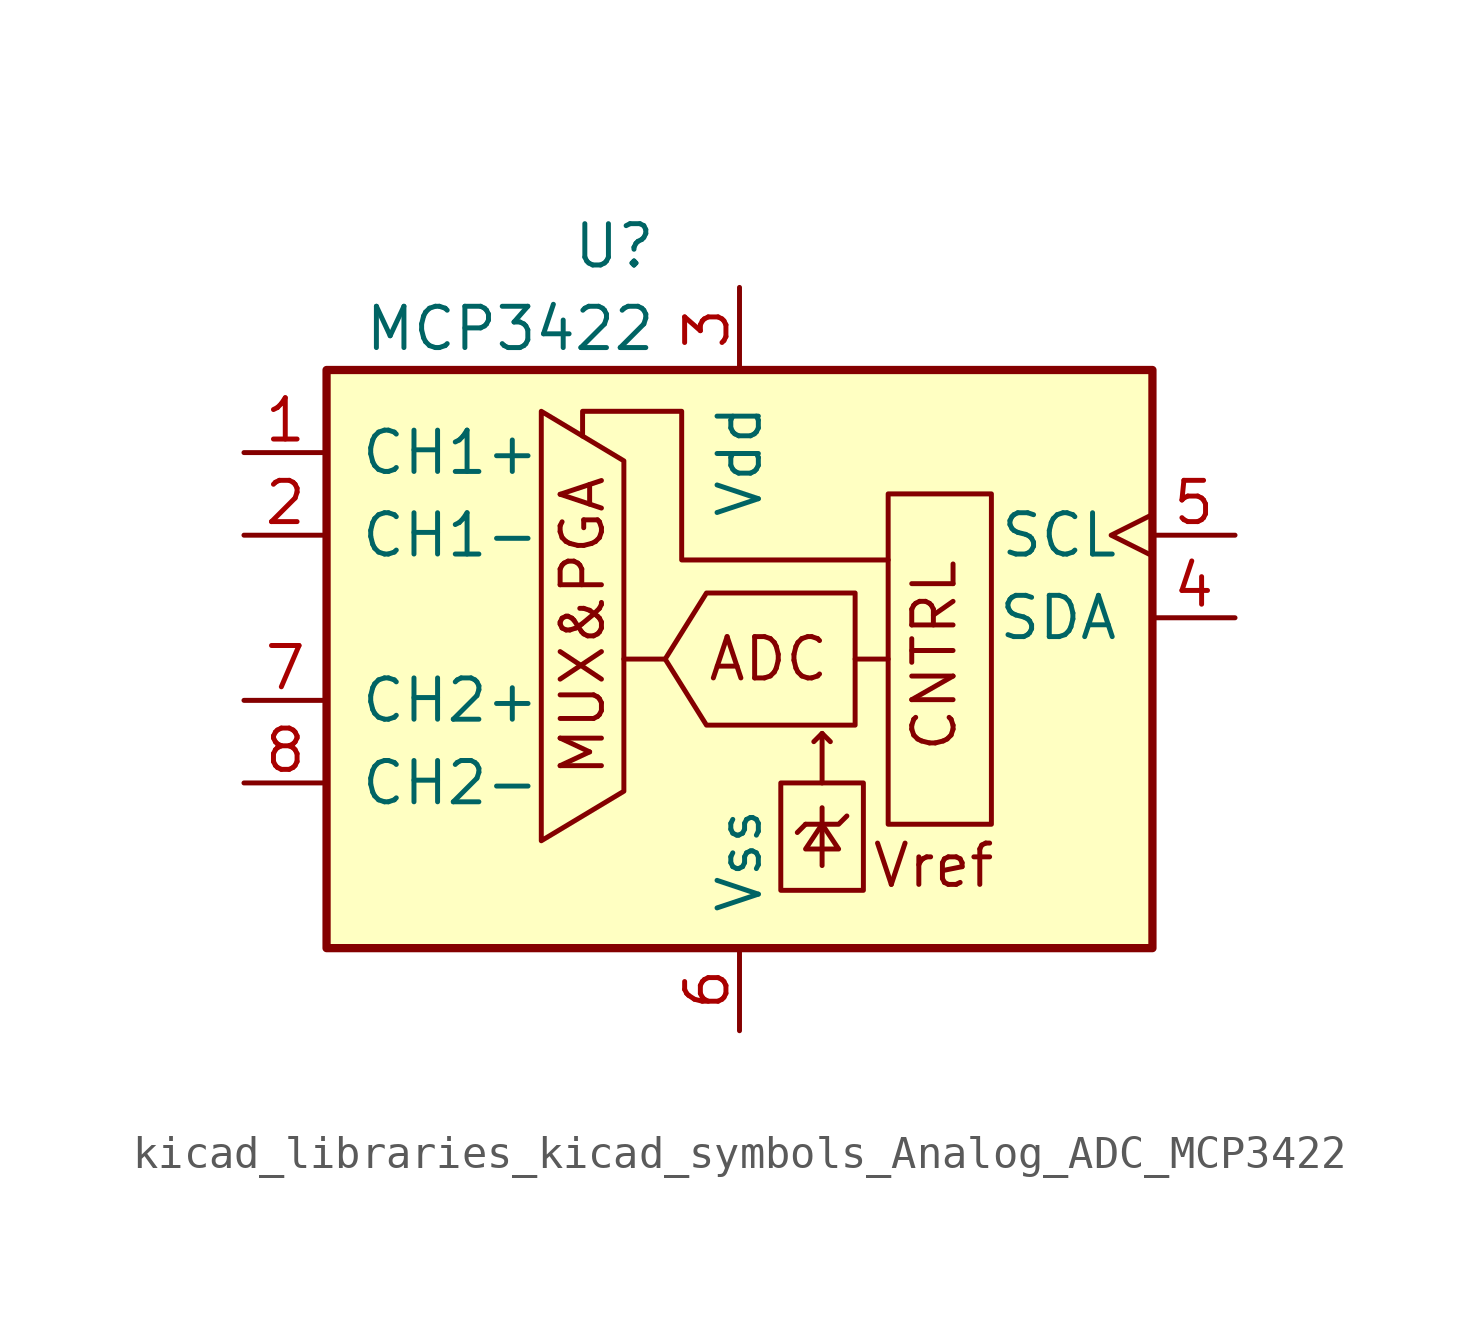
<source format=kicad_sym>
(kicad_symbol_lib
  (version 20220914)
  (generator kicad_symbol_editor)
  (symbol "kicad_libraries_kicad_symbols_Analog_ADC_MCP3422"
    (pin_names
      (offset 1.016))
    (property "Reference" "U"
      (at -2.54 11.43 0)
      (effects (font (size 1.27 1.27)) (justify right)))
    (property "Value" "MCP3422"
      (at -2.54 8.89 0)
      (effects (font (size 1.27 1.27)) (justify right)))
    (symbol "kicad_libraries_kicad_symbols_Analog_ADC_MCP3422_0_0"
      (polyline (pts (xy -6.096 6.35) (xy -3.556 4.826) (xy -3.556 -5.334) (xy -6.096 -6.858) (xy -6.096 6.35)) (stroke (width 0) (type default)) (fill (type none)))
      (polyline (pts (xy 4.572 1.778) (xy -1.778 1.778) (xy -1.778 6.35) (xy -4.826 6.35) (xy -4.826 5.588)) (stroke (width 0) (type default)) (fill (type none)))
      (polyline (pts (xy 3.556 0.762) (xy 3.556 -3.302) (xy -1.016 -3.302) (xy -2.286 -1.27) (xy -1.016 0.762) (xy 3.556 0.762)) (stroke (width 0) (type default)) (fill (type none)))
      (text "ADC" (at 0.889 -1.27 0) (effects (font (size 1.27 1.27))))
      (text "CNTRL" (at 6.731 -4.191 900) (effects (font (size 1.27 1.27)) (justify left bottom)))
      (text "MUX&PGA" (at -4.826 -0.254 900) (effects (font (size 1.27 1.27))))
      (text "Vref" (at 5.969 -7.62 0) (effects (font (size 1.27 1.27)))))
    (symbol "kicad_libraries_kicad_symbols_Analog_ADC_MCP3422_0_1"
      (polyline (pts (xy -3.556 -1.27) (xy -2.286 -1.27)) (stroke (width 0) (type default)) (fill (type none)))
      (polyline (pts (xy 2.032 -6.35) (xy 1.778 -6.604)) (stroke (width 0) (type default)) (fill (type none)))
      (polyline (pts (xy 2.54 -5.842) (xy 2.54 -7.62)) (stroke (width 0) (type default)) (fill (type none)))
      (polyline (pts (xy 2.54 -3.556) (xy 2.794 -3.81)) (stroke (width 0) (type default)) (fill (type none)))
      (polyline (pts (xy 3.556 -1.27) (xy 4.572 -1.27)) (stroke (width 0) (type default)) (fill (type none)))
      (polyline (pts (xy 2.032 -6.35) (xy 3.048 -6.35) (xy 3.302 -6.096)) (stroke (width 0) (type default)) (fill (type none)))
      (polyline (pts (xy 2.54 -5.08) (xy 2.54 -3.556) (xy 2.286 -3.81)) (stroke (width 0) (type default)) (fill (type none)))
      (polyline (pts (xy 2.54 -6.35) (xy 2.032 -7.112) (xy 3.048 -7.112) (xy 2.54 -6.35)) (stroke (width 0) (type default)) (fill (type none)))
      (rectangle (start 1.27 -5.08) (end 3.81 -8.382) (stroke (width 0) (type default)) (fill (type none)))
      (rectangle (start 4.572 -6.35) (end 7.747 3.81) (stroke (width 0) (type default)) (fill (type none)))
      (rectangle (start 12.7 7.62) (end -12.7 -10.16) (stroke (width 0.254) (type default)) (fill (type background))))
    (symbol "kicad_libraries_kicad_symbols_Analog_ADC_MCP3422_1_1"
      (pin input line (at -15.24 5.08 0) (length 2.54) (name "CH1+" (effects (font (size 1.27 1.27)))) (number "1" (effects (font (size 1.27 1.27)))))
      (pin input line (at -15.24 2.54 0) (length 2.54) (name "CH1-" (effects (font (size 1.27 1.27)))) (number "2" (effects (font (size 1.27 1.27)))))
      (pin power_in line (at 0 10.16 270) (length 2.54) (name "Vdd" (effects (font (size 1.27 1.27)))) (number "3" (effects (font (size 1.27 1.27)))))
      (pin bidirectional line (at 15.24 0 180) (length 2.54) (name "SDA" (effects (font (size 1.27 1.27)))) (number "4" (effects (font (size 1.27 1.27)))))
      (pin input clock (at 15.24 2.54 180) (length 2.54) (name "SCL" (effects (font (size 1.27 1.27)))) (number "5" (effects (font (size 1.27 1.27)))))
      (pin power_in line (at 0 -12.7 90) (length 2.54) (name "Vss" (effects (font (size 1.27 1.27)))) (number "6" (effects (font (size 1.27 1.27)))))
      (pin input line (at -15.24 -2.54 0) (length 2.54) (name "CH2+" (effects (font (size 1.27 1.27)))) (number "7" (effects (font (size 1.27 1.27)))))
      (pin input line (at -15.24 -5.08 0) (length 2.54) (name "CH2-" (effects (font (size 1.27 1.27)))) (number "8" (effects (font (size 1.27 1.27))))))))
</source>
